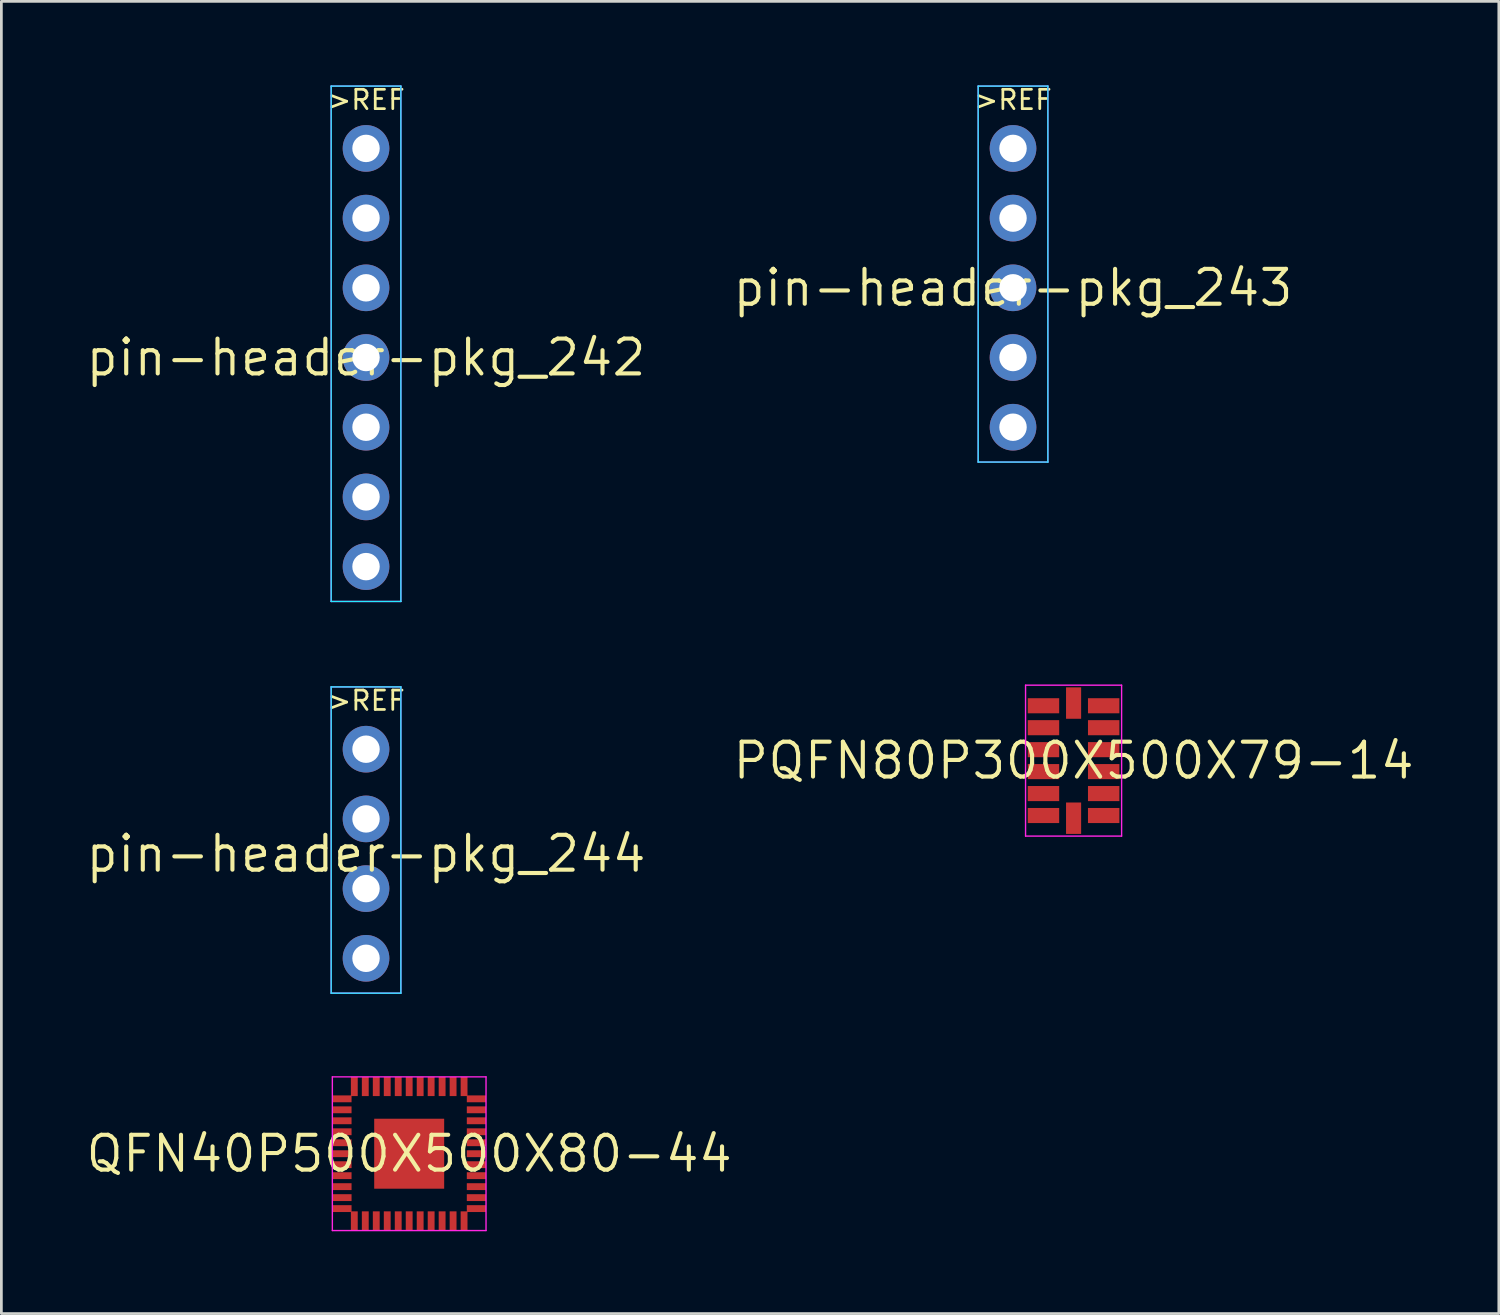
<source format=kicad_pcb>
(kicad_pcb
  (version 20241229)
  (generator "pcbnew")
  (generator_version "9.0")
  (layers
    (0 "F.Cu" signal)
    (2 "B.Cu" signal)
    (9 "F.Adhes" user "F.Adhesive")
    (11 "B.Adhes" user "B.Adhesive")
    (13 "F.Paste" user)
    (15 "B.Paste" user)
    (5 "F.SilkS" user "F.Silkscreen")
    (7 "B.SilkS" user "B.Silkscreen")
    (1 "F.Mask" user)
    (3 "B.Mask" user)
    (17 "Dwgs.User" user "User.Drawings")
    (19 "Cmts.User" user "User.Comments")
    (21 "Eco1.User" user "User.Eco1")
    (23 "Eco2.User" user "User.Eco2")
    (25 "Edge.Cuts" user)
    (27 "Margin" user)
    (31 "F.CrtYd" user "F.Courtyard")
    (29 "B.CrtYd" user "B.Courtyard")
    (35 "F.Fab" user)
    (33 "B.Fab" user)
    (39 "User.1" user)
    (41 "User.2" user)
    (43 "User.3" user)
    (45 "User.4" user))
  (footprint "PQFN80P300X500X79-14"
    (layer "F.Cu")
    (at 36.072 24.668)
    (property "Reference" "PQFN80P300X500X79-14" (at 0 0 0) (layer "F.SilkS") (effects (font (size 1.27 1.27) (thickness 0.15))))
    (attr through_hole)
    (fp_line (start -1.75 -2.75) (end -1.75 2.75) (stroke (width 0.05) (type solid)) (layer "F.CrtYd"))
    (fp_line (start -1.75 2.75) (end 1.75 2.75) (stroke (width 0.05) (type solid)) (layer "F.CrtYd"))
    (fp_line (start 1.75 -2.75) (end -1.75 -2.75) (stroke (width 0.05) (type solid)) (layer "F.CrtYd"))
    (fp_line (start 1.75 2.75) (end 1.75 -2.75) (stroke (width 0.05) (type solid)) (layer "F.CrtYd"))
    (pad "0" smd rect (at -1.097 -2 90) (size 0.55 1.145) (layers "F.Cu" "F.Mask" "F.Paste"))
    (pad "1" smd rect (at -1.097 -1.2 90) (size 0.55 1.145) (layers "F.Cu" "F.Mask" "F.Paste"))
    (pad "2" smd rect (at -1.097 -0.4 90) (size 0.55 1.145) (layers "F.Cu" "F.Mask" "F.Paste"))
    (pad "3" smd rect (at -1.097 0.4 90) (size 0.55 1.145) (layers "F.Cu" "F.Mask" "F.Paste"))
    (pad "4" smd rect (at -1.097 1.2 90) (size 0.55 1.145) (layers "F.Cu" "F.Mask" "F.Paste"))
    (pad "5" smd rect (at -1.097 2 90) (size 0.55 1.145) (layers "F.Cu" "F.Mask" "F.Paste"))
    (pad "6" smd rect (at 0 2.098 180) (size 0.55 1.145) (layers "F.Cu" "F.Mask" "F.Paste"))
    (pad "7" smd rect (at 1.097 2 270) (size 0.55 1.145) (layers "F.Cu" "F.Mask" "F.Paste"))
    (pad "8" smd rect (at 1.097 1.2 270) (size 0.55 1.145) (layers "F.Cu" "F.Mask" "F.Paste"))
    (pad "9" smd rect (at 1.097 0.4 270) (size 0.55 1.145) (layers "F.Cu" "F.Mask" "F.Paste"))
    (pad "10" smd rect (at 1.097 -0.4 270) (size 0.55 1.145) (layers "F.Cu" "F.Mask" "F.Paste"))
    (pad "11" smd rect (at 1.097 -1.2 270) (size 0.55 1.145) (layers "F.Cu" "F.Mask" "F.Paste"))
    (pad "12" smd rect (at 1.097 -2 270) (size 0.55 1.145) (layers "F.Cu" "F.Mask" "F.Paste"))
    (pad "13" smd rect (at 0 -2.098) (size 0.55 1.145) (layers "F.Cu" "F.Mask" "F.Paste")))
  (footprint "pin-header-pkg_243"
    (layer "F.Cu")
    (at 33.865 7.438)
    (property "Reference" "pin-header-pkg_243" (at 0 0 0) (layer "F.SilkS") (effects (font (size 1.27 1.27) (thickness 0.15))))
    (attr through_hole)
    (fp_line (start -1.27 -7.35) (end -1.27 6.35) (stroke (width 0.05) (type solid)) (layer "B.CrtYd"))
    (fp_line (start -1.27 6.35) (end 1.27 6.35) (stroke (width 0.05) (type solid)) (layer "B.CrtYd"))
    (fp_line (start 1.27 -7.35) (end -1.27 -7.35) (stroke (width 0.05) (type solid)) (layer "B.CrtYd"))
    (fp_line (start 1.27 6.35) (end 1.27 -7.35) (stroke (width 0.05) (type solid)) (layer "B.CrtYd"))
    (fp_line (start -1.27 -7.35) (end -1.27 6.35) (stroke (width 0.05) (type solid)) (layer "F.CrtYd"))
    (fp_line (start -1.27 6.35) (end 1.27 6.35) (stroke (width 0.05) (type solid)) (layer "F.CrtYd"))
    (fp_line (start 1.27 -7.35) (end -1.27 -7.35) (stroke (width 0.05) (type solid)) (layer "F.CrtYd"))
    (fp_line (start 1.27 6.35) (end 1.27 -7.35) (stroke (width 0.05) (type solid)) (layer "F.CrtYd"))
    (fp_text user ">REF" (at 0 -6.85 0) (layer "F.SilkS") (effects (font (size 0.706 0.706) (thickness 0.1))))
    (pad "0" thru_hole circle (at 0 -5.08) (size 1.7 1.7) (drill 1) (layers "*.Cu" "F.Mask"))
    (pad "1" thru_hole circle (at 0 -2.54) (size 1.7 1.7) (drill 1) (layers "*.Cu" "F.Mask"))
    (pad "2" thru_hole circle (at 0 0) (size 1.7 1.7) (drill 1) (layers "*.Cu" "F.Mask"))
    (pad "3" thru_hole circle (at 0 2.54) (size 1.7 1.7) (drill 1) (layers "*.Cu" "F.Mask"))
    (pad "4" thru_hole circle (at 0 5.08) (size 1.7 1.7) (drill 1) (layers "*.Cu" "F.Mask")))
  (footprint "pin-header-pkg_244"
    (layer "F.Cu")
    (at 10.288 28.061)
    (property "Reference" "pin-header-pkg_244" (at 0 0 0) (layer "F.SilkS") (effects (font (size 1.27 1.27) (thickness 0.15))))
    (attr through_hole)
    (fp_line (start -1.27 -6.08) (end -1.27 5.08) (stroke (width 0.05) (type solid)) (layer "B.CrtYd"))
    (fp_line (start -1.27 5.08) (end 1.27 5.08) (stroke (width 0.05) (type solid)) (layer "B.CrtYd"))
    (fp_line (start 1.27 -6.08) (end -1.27 -6.08) (stroke (width 0.05) (type solid)) (layer "B.CrtYd"))
    (fp_line (start 1.27 5.08) (end 1.27 -6.08) (stroke (width 0.05) (type solid)) (layer "B.CrtYd"))
    (fp_line (start -1.27 -6.08) (end -1.27 5.08) (stroke (width 0.05) (type solid)) (layer "F.CrtYd"))
    (fp_line (start -1.27 5.08) (end 1.27 5.08) (stroke (width 0.05) (type solid)) (layer "F.CrtYd"))
    (fp_line (start 1.27 -6.08) (end -1.27 -6.08) (stroke (width 0.05) (type solid)) (layer "F.CrtYd"))
    (fp_line (start 1.27 5.08) (end 1.27 -6.08) (stroke (width 0.05) (type solid)) (layer "F.CrtYd"))
    (fp_text user ">REF" (at 0 -5.58 0) (layer "F.SilkS") (effects (font (size 0.706 0.706) (thickness 0.1))))
    (pad "0" thru_hole circle (at 0 -3.81) (size 1.7 1.7) (drill 1) (layers "*.Cu" "F.Mask"))
    (pad "1" thru_hole circle (at 0 -1.27) (size 1.7 1.7) (drill 1) (layers "*.Cu" "F.Mask"))
    (pad "2" thru_hole circle (at 0 1.27) (size 1.7 1.7) (drill 1) (layers "*.Cu" "F.Mask"))
    (pad "3" thru_hole circle (at 0 3.81) (size 1.7 1.7) (drill 1) (layers "*.Cu" "F.Mask")))
  (footprint "QFN40P500X500X80-44"
    (layer "F.Cu")
    (at 11.861 38.992)
    (property "Reference" "QFN40P500X500X80-44" (at 0 0 0) (layer "F.SilkS") (effects (font (size 1.27 1.27) (thickness 0.15))))
    (attr through_hole)
    (fp_line (start -2.8 -2.8) (end -2.8 2.8) (stroke (width 0.05) (type solid)) (layer "F.CrtYd"))
    (fp_line (start -2.8 2.8) (end 2.8 2.8) (stroke (width 0.05) (type solid)) (layer "F.CrtYd"))
    (fp_line (start 2.8 -2.8) (end -2.8 -2.8) (stroke (width 0.05) (type solid)) (layer "F.CrtYd"))
    (fp_line (start 2.8 2.8) (end 2.8 -2.8) (stroke (width 0.05) (type solid)) (layer "F.CrtYd"))
    (pad "0" smd rect (at -2.45 -2 270) (size 0.25 0.7) (layers "F.Cu" "F.Mask" "F.Paste"))
    (pad "1" smd rect (at -2.45 -1.6 270) (size 0.25 0.7) (layers "F.Cu" "F.Mask" "F.Paste"))
    (pad "2" smd rect (at -2.45 -1.2 270) (size 0.25 0.7) (layers "F.Cu" "F.Mask" "F.Paste"))
    (pad "3" smd rect (at -2.45 -0.8 270) (size 0.25 0.7) (layers "F.Cu" "F.Mask" "F.Paste"))
    (pad "4" smd rect (at -2.45 -0.4 270) (size 0.25 0.7) (layers "F.Cu" "F.Mask" "F.Paste"))
    (pad "5" smd rect (at -2.45 0 270) (size 0.25 0.7) (layers "F.Cu" "F.Mask" "F.Paste"))
    (pad "6" smd rect (at -2.45 0.4 270) (size 0.25 0.7) (layers "F.Cu" "F.Mask" "F.Paste"))
    (pad "7" smd rect (at -2.45 0.8 270) (size 0.25 0.7) (layers "F.Cu" "F.Mask" "F.Paste"))
    (pad "8" smd rect (at -2.45 1.2 270) (size 0.25 0.7) (layers "F.Cu" "F.Mask" "F.Paste"))
    (pad "9" smd rect (at -2.45 1.6 270) (size 0.25 0.7) (layers "F.Cu" "F.Mask" "F.Paste"))
    (pad "10" smd rect (at -2.45 2 270) (size 0.25 0.7) (layers "F.Cu" "F.Mask" "F.Paste"))
    (pad "11" smd rect (at -2 2.45) (size 0.25 0.7) (layers "F.Cu" "F.Mask" "F.Paste"))
    (pad "12" smd rect (at -1.6 2.45) (size 0.25 0.7) (layers "F.Cu" "F.Mask" "F.Paste"))
    (pad "13" smd rect (at -1.2 2.45) (size 0.25 0.7) (layers "F.Cu" "F.Mask" "F.Paste"))
    (pad "14" smd rect (at -0.8 2.45) (size 0.25 0.7) (layers "F.Cu" "F.Mask" "F.Paste"))
    (pad "15" smd rect (at -0.4 2.45) (size 0.25 0.7) (layers "F.Cu" "F.Mask" "F.Paste"))
    (pad "16" smd rect (at 0 2.45) (size 0.25 0.7) (layers "F.Cu" "F.Mask" "F.Paste"))
    (pad "17" smd rect (at 0.4 2.45) (size 0.25 0.7) (layers "F.Cu" "F.Mask" "F.Paste"))
    (pad "18" smd rect (at 0.8 2.45) (size 0.25 0.7) (layers "F.Cu" "F.Mask" "F.Paste"))
    (pad "19" smd rect (at 1.2 2.45) (size 0.25 0.7) (layers "F.Cu" "F.Mask" "F.Paste"))
    (pad "20" smd rect (at 1.6 2.45) (size 0.25 0.7) (layers "F.Cu" "F.Mask" "F.Paste"))
    (pad "21" smd rect (at 2 2.45) (size 0.25 0.7) (layers "F.Cu" "F.Mask" "F.Paste"))
    (pad "22" smd rect (at 2.45 2 90) (size 0.25 0.7) (layers "F.Cu" "F.Mask" "F.Paste"))
    (pad "23" smd rect (at 2.45 1.6 90) (size 0.25 0.7) (layers "F.Cu" "F.Mask" "F.Paste"))
    (pad "24" smd rect (at 2.45 1.2 90) (size 0.25 0.7) (layers "F.Cu" "F.Mask" "F.Paste"))
    (pad "25" smd rect (at 2.45 0.8 90) (size 0.25 0.7) (layers "F.Cu" "F.Mask" "F.Paste"))
    (pad "26" smd rect (at 2.45 0.4 90) (size 0.25 0.7) (layers "F.Cu" "F.Mask" "F.Paste"))
    (pad "27" smd rect (at 2.45 0 90) (size 0.25 0.7) (layers "F.Cu" "F.Mask" "F.Paste"))
    (pad "28" smd rect (at 2.45 -0.4 90) (size 0.25 0.7) (layers "F.Cu" "F.Mask" "F.Paste"))
    (pad "29" smd rect (at 2.45 -0.8 90) (size 0.25 0.7) (layers "F.Cu" "F.Mask" "F.Paste"))
    (pad "30" smd rect (at 2.45 -1.2 90) (size 0.25 0.7) (layers "F.Cu" "F.Mask" "F.Paste"))
    (pad "31" smd rect (at 2.45 -1.6 90) (size 0.25 0.7) (layers "F.Cu" "F.Mask" "F.Paste"))
    (pad "32" smd rect (at 2.45 -2 90) (size 0.25 0.7) (layers "F.Cu" "F.Mask" "F.Paste"))
    (pad "33" smd rect (at 2 -2.45 180) (size 0.25 0.7) (layers "F.Cu" "F.Mask" "F.Paste"))
    (pad "34" smd rect (at 1.6 -2.45 180) (size 0.25 0.7) (layers "F.Cu" "F.Mask" "F.Paste"))
    (pad "35" smd rect (at 1.2 -2.45 180) (size 0.25 0.7) (layers "F.Cu" "F.Mask" "F.Paste"))
    (pad "36" smd rect (at 0.8 -2.45 180) (size 0.25 0.7) (layers "F.Cu" "F.Mask" "F.Paste"))
    (pad "37" smd rect (at 0.4 -2.45 180) (size 0.25 0.7) (layers "F.Cu" "F.Mask" "F.Paste"))
    (pad "38" smd rect (at 0 -2.45 180) (size 0.25 0.7) (layers "F.Cu" "F.Mask" "F.Paste"))
    (pad "39" smd rect (at -0.4 -2.45 180) (size 0.25 0.7) (layers "F.Cu" "F.Mask" "F.Paste"))
    (pad "40" smd rect (at -0.8 -2.45 180) (size 0.25 0.7) (layers "F.Cu" "F.Mask" "F.Paste"))
    (pad "41" smd rect (at -1.2 -2.45 180) (size 0.25 0.7) (layers "F.Cu" "F.Mask" "F.Paste"))
    (pad "42" smd rect (at -1.6 -2.45 180) (size 0.25 0.7) (layers "F.Cu" "F.Mask" "F.Paste"))
    (pad "43" smd rect (at -2 -2.45 180) (size 0.25 0.7) (layers "F.Cu" "F.Mask" "F.Paste"))
    (pad "44" smd rect (at 0 0) (size 2.55 2.55) (layers "F.Cu" "F.Mask" "F.Paste")))
  (footprint "pin-header-pkg_242"
    (layer "F.Cu")
    (at 10.288 9.978)
    (property "Reference" "pin-header-pkg_242" (at 0 0 0) (layer "F.SilkS") (effects (font (size 1.27 1.27) (thickness 0.15))))
    (attr through_hole)
    (fp_line (start -1.27 -9.89) (end -1.27 8.89) (stroke (width 0.05) (type solid)) (layer "B.CrtYd"))
    (fp_line (start -1.27 8.89) (end 1.27 8.89) (stroke (width 0.05) (type solid)) (layer "B.CrtYd"))
    (fp_line (start 1.27 -9.89) (end -1.27 -9.89) (stroke (width 0.05) (type solid)) (layer "B.CrtYd"))
    (fp_line (start 1.27 8.89) (end 1.27 -9.89) (stroke (width 0.05) (type solid)) (layer "B.CrtYd"))
    (fp_line (start -1.27 -9.89) (end -1.27 8.89) (stroke (width 0.05) (type solid)) (layer "F.CrtYd"))
    (fp_line (start -1.27 8.89) (end 1.27 8.89) (stroke (width 0.05) (type solid)) (layer "F.CrtYd"))
    (fp_line (start 1.27 -9.89) (end -1.27 -9.89) (stroke (width 0.05) (type solid)) (layer "F.CrtYd"))
    (fp_line (start 1.27 8.89) (end 1.27 -9.89) (stroke (width 0.05) (type solid)) (layer "F.CrtYd"))
    (fp_text user ">REF" (at 0 -9.39 0) (layer "F.SilkS") (effects (font (size 0.706 0.706) (thickness 0.1))))
    (pad "0" thru_hole circle (at 0 -7.62) (size 1.7 1.7) (drill 1) (layers "*.Cu" "F.Mask"))
    (pad "1" thru_hole circle (at 0 -5.08) (size 1.7 1.7) (drill 1) (layers "*.Cu" "F.Mask"))
    (pad "2" thru_hole circle (at 0 -2.54) (size 1.7 1.7) (drill 1) (layers "*.Cu" "F.Mask"))
    (pad "3" thru_hole circle (at 0 0) (size 1.7 1.7) (drill 1) (layers "*.Cu" "F.Mask"))
    (pad "4" thru_hole circle (at 0 2.54) (size 1.7 1.7) (drill 1) (layers "*.Cu" "F.Mask"))
    (pad "5" thru_hole circle (at 0 5.08) (size 1.7 1.7) (drill 1) (layers "*.Cu" "F.Mask"))
    (pad "6" thru_hole circle (at 0 7.62) (size 1.7 1.7) (drill 1) (layers "*.Cu" "F.Mask")))
  (gr_rect
    (start -3 -3)
    (end 51.568 44.816)
    (stroke (width 0.1) (type default))
    (fill no)
    (layer "Edge.Cuts")))
</source>
